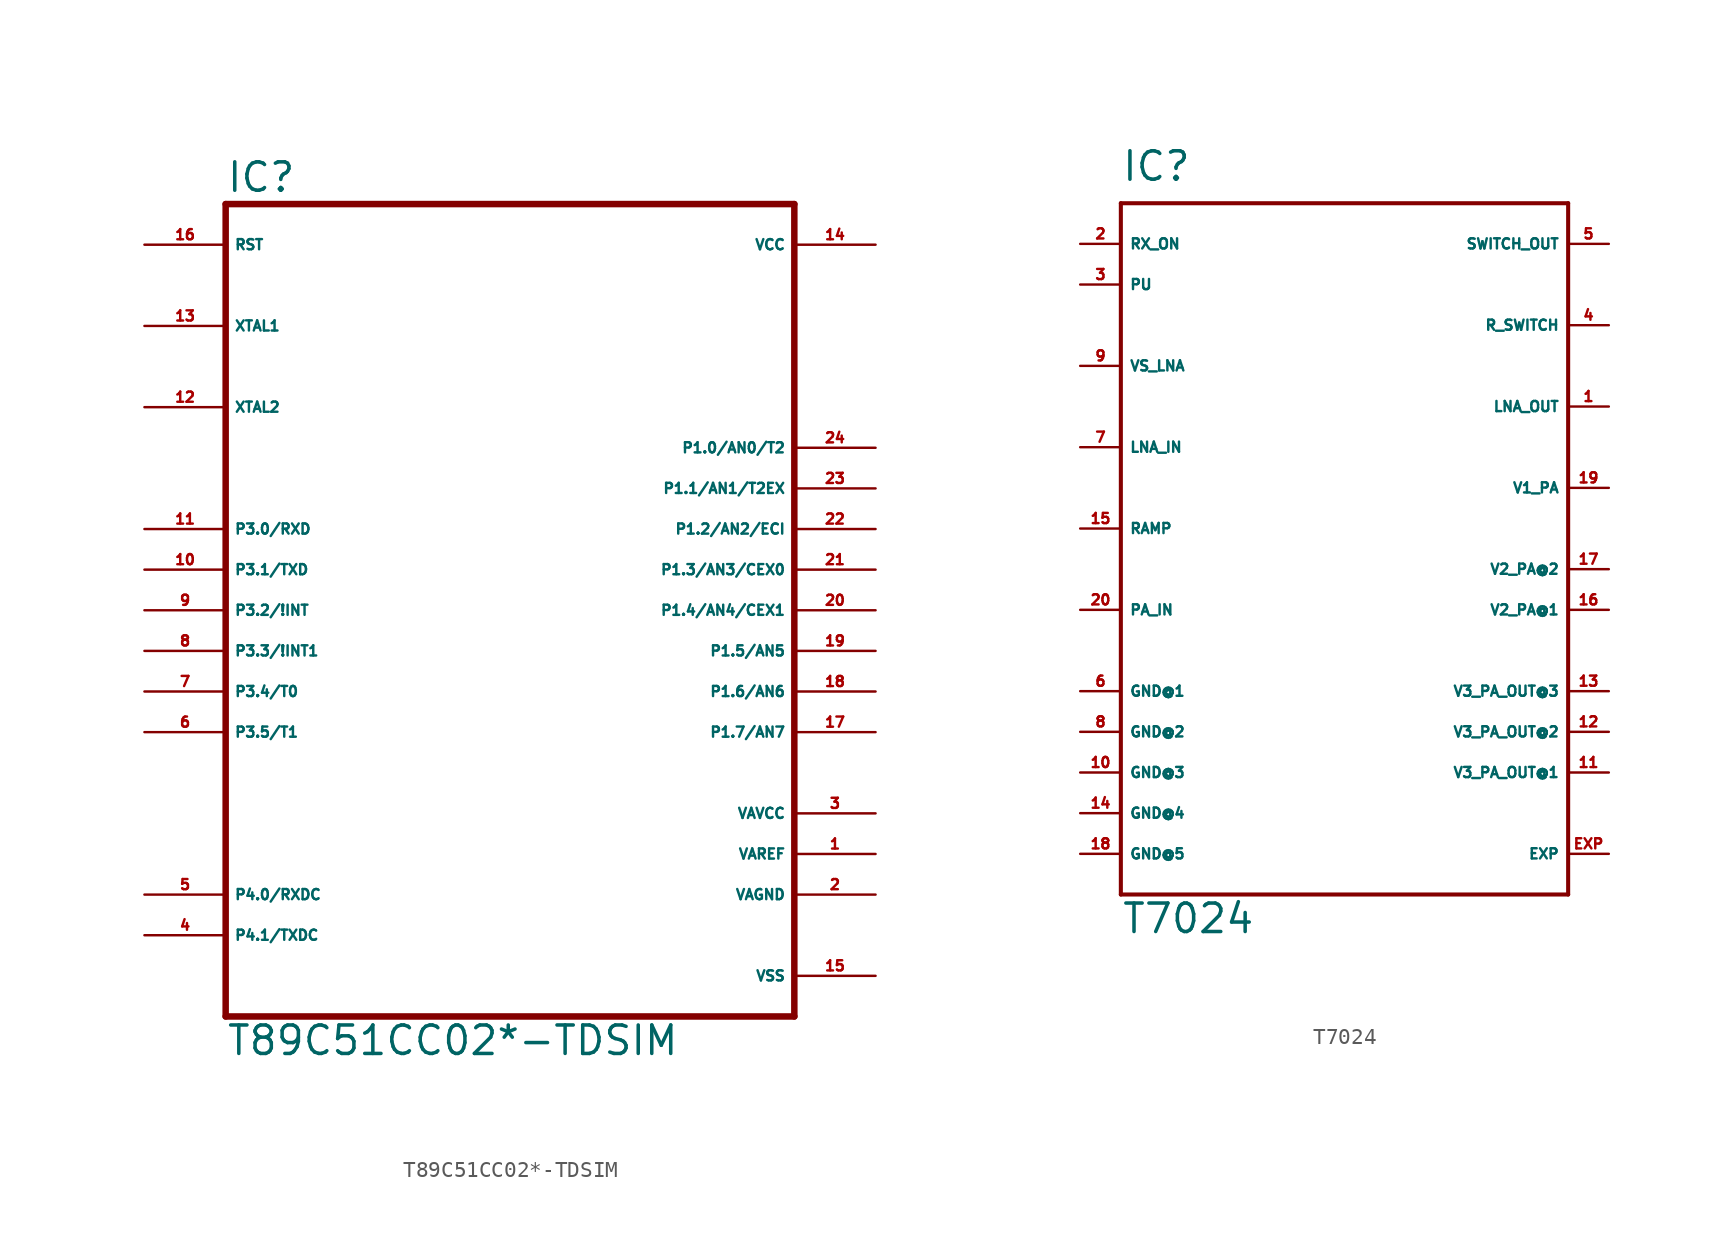
<source format=kicad_sym>
(kicad_symbol_lib
  (version 20220914)
  (generator Eagle2Kicad)
  (symbol "T89C51CC02*-TDSIM"
    (property "Reference" "IC"
      (at -17.78 28.575 0)
      (effects (font (size 1.778 1.778) (thickness 0.22)) (justify left bottom)))
    (property "Value" "T89C51CC02*-TDSIM"
      (at -17.78 -25.4 0)
      (effects (font (size 1.778 1.778) (thickness 0.22)) (justify left bottom)))
    (polyline
      (pts (xy -17.78 -22.86) (xy 17.78 -22.86))
      (stroke (width 0.406) (type default))
      (fill (type none)))
    (polyline
      (pts (xy 17.78 -22.86) (xy 17.78 27.94))
      (stroke (width 0.406) (type default))
      (fill (type none)))
    (polyline
      (pts (xy 17.78 27.94) (xy -17.78 27.94))
      (stroke (width 0.406) (type default))
      (fill (type none)))
    (polyline
      (pts (xy -17.78 27.94) (xy -17.78 -22.86))
      (stroke (width 0.406) (type default))
      (fill (type none)))
    (pin bidirectional line
      (at -22.86 -15.24 0)
      (length 5.08)
      (name "P4.0/RXDC" (effects (font (size 0.635 0.635) (thickness 0.08)) (justify left bottom)))
      (number "5" (effects (font (size 0.635 0.635) (thickness 0.08)) (justify left bottom))))
    (pin bidirectional line
      (at -22.86 -17.78 0)
      (length 5.08)
      (name "P4.1/TXDC" (effects (font (size 0.635 0.635) (thickness 0.08)) (justify left bottom)))
      (number "4" (effects (font (size 0.635 0.635) (thickness 0.08)) (justify left bottom))))
    (pin input line
      (at -22.86 20.32 0)
      (length 5.08)
      (name "XTAL1" (effects (font (size 0.635 0.635) (thickness 0.08)) (justify left bottom)))
      (number "13" (effects (font (size 0.635 0.635) (thickness 0.08)) (justify left bottom))))
    (pin input line
      (at -22.86 15.24 0)
      (length 5.08)
      (name "XTAL2" (effects (font (size 0.635 0.635) (thickness 0.08)) (justify left bottom)))
      (number "12" (effects (font (size 0.635 0.635) (thickness 0.08)) (justify left bottom))))
    (pin input line
      (at -22.86 25.4 0)
      (length 5.08)
      (name "RST" (effects (font (size 0.635 0.635) (thickness 0.08)) (justify left bottom)))
      (number "16" (effects (font (size 0.635 0.635) (thickness 0.08)) (justify left bottom))))
    (pin bidirectional line
      (at 22.86 12.7 180)
      (length 5.08)
      (name "P1.0/AN0/T2" (effects (font (size 0.635 0.635) (thickness 0.08)) (justify left bottom)))
      (number "24" (effects (font (size 0.635 0.635) (thickness 0.08)) (justify left bottom))))
    (pin bidirectional line
      (at 22.86 10.16 180)
      (length 5.08)
      (name "P1.1/AN1/T2EX" (effects (font (size 0.635 0.635) (thickness 0.08)) (justify left bottom)))
      (number "23" (effects (font (size 0.635 0.635) (thickness 0.08)) (justify left bottom))))
    (pin bidirectional line
      (at 22.86 7.62 180)
      (length 5.08)
      (name "P1.2/AN2/ECI" (effects (font (size 0.635 0.635) (thickness 0.08)) (justify left bottom)))
      (number "22" (effects (font (size 0.635 0.635) (thickness 0.08)) (justify left bottom))))
    (pin bidirectional line
      (at 22.86 5.08 180)
      (length 5.08)
      (name "P1.3/AN3/CEX0" (effects (font (size 0.635 0.635) (thickness 0.08)) (justify left bottom)))
      (number "21" (effects (font (size 0.635 0.635) (thickness 0.08)) (justify left bottom))))
    (pin bidirectional line
      (at 22.86 2.54 180)
      (length 5.08)
      (name "P1.4/AN4/CEX1" (effects (font (size 0.635 0.635) (thickness 0.08)) (justify left bottom)))
      (number "20" (effects (font (size 0.635 0.635) (thickness 0.08)) (justify left bottom))))
    (pin bidirectional line
      (at 22.86 0 180)
      (length 5.08)
      (name "P1.5/AN5" (effects (font (size 0.635 0.635) (thickness 0.08)) (justify left bottom)))
      (number "19" (effects (font (size 0.635 0.635) (thickness 0.08)) (justify left bottom))))
    (pin bidirectional line
      (at 22.86 -2.54 180)
      (length 5.08)
      (name "P1.6/AN6" (effects (font (size 0.635 0.635) (thickness 0.08)) (justify left bottom)))
      (number "18" (effects (font (size 0.635 0.635) (thickness 0.08)) (justify left bottom))))
    (pin bidirectional line
      (at 22.86 -5.08 180)
      (length 5.08)
      (name "P1.7/AN7" (effects (font (size 0.635 0.635) (thickness 0.08)) (justify left bottom)))
      (number "17" (effects (font (size 0.635 0.635) (thickness 0.08)) (justify left bottom))))
    (pin bidirectional line
      (at -22.86 7.62 0)
      (length 5.08)
      (name "P3.0/RXD" (effects (font (size 0.635 0.635) (thickness 0.08)) (justify left bottom)))
      (number "11" (effects (font (size 0.635 0.635) (thickness 0.08)) (justify left bottom))))
    (pin bidirectional line
      (at -22.86 5.08 0)
      (length 5.08)
      (name "P3.1/TXD" (effects (font (size 0.635 0.635) (thickness 0.08)) (justify left bottom)))
      (number "10" (effects (font (size 0.635 0.635) (thickness 0.08)) (justify left bottom))))
    (pin bidirectional line
      (at -22.86 2.54 0)
      (length 5.08)
      (name "P3.2/!INT" (effects (font (size 0.635 0.635) (thickness 0.08)) (justify left bottom)))
      (number "9" (effects (font (size 0.635 0.635) (thickness 0.08)) (justify left bottom))))
    (pin bidirectional line
      (at -22.86 0 0)
      (length 5.08)
      (name "P3.3/!INT1" (effects (font (size 0.635 0.635) (thickness 0.08)) (justify left bottom)))
      (number "8" (effects (font (size 0.635 0.635) (thickness 0.08)) (justify left bottom))))
    (pin bidirectional line
      (at -22.86 -2.54 0)
      (length 5.08)
      (name "P3.4/T0" (effects (font (size 0.635 0.635) (thickness 0.08)) (justify left bottom)))
      (number "7" (effects (font (size 0.635 0.635) (thickness 0.08)) (justify left bottom))))
    (pin bidirectional line
      (at -22.86 -5.08 0)
      (length 5.08)
      (name "P3.5/T1" (effects (font (size 0.635 0.635) (thickness 0.08)) (justify left bottom)))
      (number "6" (effects (font (size 0.635 0.635) (thickness 0.08)) (justify left bottom))))
    (pin unspecified line
      (at 22.86 25.4 180)
      (length 5.08)
      (name "VCC" (effects (font (size 0.635 0.635) (thickness 0.08)) (justify left bottom)))
      (number "14" (effects (font (size 0.635 0.635) (thickness 0.08)) (justify left bottom))))
    (pin unspecified line
      (at 22.86 -20.32 180)
      (length 5.08)
      (name "VSS" (effects (font (size 0.635 0.635) (thickness 0.08)) (justify left bottom)))
      (number "15" (effects (font (size 0.635 0.635) (thickness 0.08)) (justify left bottom))))
    (pin input line
      (at 22.86 -12.7 180)
      (length 5.08)
      (name "VAREF" (effects (font (size 0.635 0.635) (thickness 0.08)) (justify left bottom)))
      (number "1" (effects (font (size 0.635 0.635) (thickness 0.08)) (justify left bottom))))
    (pin input line
      (at 22.86 -15.24 180)
      (length 5.08)
      (name "VAGND" (effects (font (size 0.635 0.635) (thickness 0.08)) (justify left bottom)))
      (number "2" (effects (font (size 0.635 0.635) (thickness 0.08)) (justify left bottom))))
    (pin input line
      (at 22.86 -10.16 180)
      (length 5.08)
      (name "VAVCC" (effects (font (size 0.635 0.635) (thickness 0.08)) (justify left bottom)))
      (number "3" (effects (font (size 0.635 0.635) (thickness 0.08)) (justify left bottom)))))
  (symbol "T7024"
    (property "Reference" "IC"
      (at -12.7 21.59 0)
      (effects (font (size 1.778 1.778) (thickness 0.22)) (justify left bottom)))
    (property "Value" "T7024"
      (at -12.7 -25.4 0)
      (effects (font (size 1.778 1.778) (thickness 0.22)) (justify left bottom)))
    (polyline
      (pts (xy -12.7 20.32) (xy 15.24 20.32))
      (stroke (width 0.254) (type default))
      (fill (type none)))
    (polyline
      (pts (xy 15.24 20.32) (xy 15.24 -22.86))
      (stroke (width 0.254) (type default))
      (fill (type none)))
    (polyline
      (pts (xy 15.24 -22.86) (xy -12.7 -22.86))
      (stroke (width 0.254) (type default))
      (fill (type none)))
    (polyline
      (pts (xy -12.7 -22.86) (xy -12.7 20.32))
      (stroke (width 0.254) (type default))
      (fill (type none)))
    (pin input line
      (at -15.24 17.78 0)
      (length 2.54)
      (name "RX_ON" (effects (font (size 0.635 0.635) (thickness 0.08)) (justify left bottom)))
      (number "2" (effects (font (size 0.635 0.635) (thickness 0.08)) (justify left bottom))))
    (pin input line
      (at -15.24 15.24 0)
      (length 2.54)
      (name "PU" (effects (font (size 0.635 0.635) (thickness 0.08)) (justify left bottom)))
      (number "3" (effects (font (size 0.635 0.635) (thickness 0.08)) (justify left bottom))))
    (pin input line
      (at -15.24 10.16 0)
      (length 2.54)
      (name "VS_LNA" (effects (font (size 0.635 0.635) (thickness 0.08)) (justify left bottom)))
      (number "9" (effects (font (size 0.635 0.635) (thickness 0.08)) (justify left bottom))))
    (pin input line
      (at 17.78 7.62 180)
      (length 2.54)
      (name "LNA_OUT" (effects (font (size 0.635 0.635) (thickness 0.08)) (justify left bottom)))
      (number "1" (effects (font (size 0.635 0.635) (thickness 0.08)) (justify left bottom))))
    (pin input line
      (at -15.24 5.08 0)
      (length 2.54)
      (name "LNA_IN" (effects (font (size 0.635 0.635) (thickness 0.08)) (justify left bottom)))
      (number "7" (effects (font (size 0.635 0.635) (thickness 0.08)) (justify left bottom))))
    (pin input line
      (at -15.24 0 0)
      (length 2.54)
      (name "RAMP" (effects (font (size 0.635 0.635) (thickness 0.08)) (justify left bottom)))
      (number "15" (effects (font (size 0.635 0.635) (thickness 0.08)) (justify left bottom))))
    (pin input line
      (at -15.24 -5.08 0)
      (length 2.54)
      (name "PA_IN" (effects (font (size 0.635 0.635) (thickness 0.08)) (justify left bottom)))
      (number "20" (effects (font (size 0.635 0.635) (thickness 0.08)) (justify left bottom))))
    (pin passive line
      (at 17.78 -15.24 180)
      (length 2.54)
      (name "V3_PA_OUT@1" (effects (font (size 0.635 0.635) (thickness 0.08)) (justify left bottom)))
      (number "11" (effects (font (size 0.635 0.635) (thickness 0.08)) (justify left bottom))))
    (pin passive line
      (at 17.78 2.54 180)
      (length 2.54)
      (name "V1_PA" (effects (font (size 0.635 0.635) (thickness 0.08)) (justify left bottom)))
      (number "19" (effects (font (size 0.635 0.635) (thickness 0.08)) (justify left bottom))))
    (pin passive line
      (at 17.78 -5.08 180)
      (length 2.54)
      (name "V2_PA@1" (effects (font (size 0.635 0.635) (thickness 0.08)) (justify left bottom)))
      (number "16" (effects (font (size 0.635 0.635) (thickness 0.08)) (justify left bottom))))
    (pin input line
      (at 17.78 12.7 180)
      (length 2.54)
      (name "R_SWITCH" (effects (font (size 0.635 0.635) (thickness 0.08)) (justify left bottom)))
      (number "4" (effects (font (size 0.635 0.635) (thickness 0.08)) (justify left bottom))))
    (pin output line
      (at 17.78 17.78 180)
      (length 2.54)
      (name "SWITCH_OUT" (effects (font (size 0.635 0.635) (thickness 0.08)) (justify left bottom)))
      (number "5" (effects (font (size 0.635 0.635) (thickness 0.08)) (justify left bottom))))
    (pin unspecified line
      (at -15.24 -10.16 0)
      (length 2.54)
      (name "GND@1" (effects (font (size 0.635 0.635) (thickness 0.08)) (justify left bottom)))
      (number "6" (effects (font (size 0.635 0.635) (thickness 0.08)) (justify left bottom))))
    (pin unspecified line
      (at -15.24 -12.7 0)
      (length 2.54)
      (name "GND@2" (effects (font (size 0.635 0.635) (thickness 0.08)) (justify left bottom)))
      (number "8" (effects (font (size 0.635 0.635) (thickness 0.08)) (justify left bottom))))
    (pin unspecified line
      (at -15.24 -15.24 0)
      (length 2.54)
      (name "GND@3" (effects (font (size 0.635 0.635) (thickness 0.08)) (justify left bottom)))
      (number "10" (effects (font (size 0.635 0.635) (thickness 0.08)) (justify left bottom))))
    (pin unspecified line
      (at -15.24 -17.78 0)
      (length 2.54)
      (name "GND@4" (effects (font (size 0.635 0.635) (thickness 0.08)) (justify left bottom)))
      (number "14" (effects (font (size 0.635 0.635) (thickness 0.08)) (justify left bottom))))
    (pin unspecified line
      (at -15.24 -20.32 0)
      (length 2.54)
      (name "GND@5" (effects (font (size 0.635 0.635) (thickness 0.08)) (justify left bottom)))
      (number "18" (effects (font (size 0.635 0.635) (thickness 0.08)) (justify left bottom))))
    (pin passive line
      (at 17.78 -12.7 180)
      (length 2.54)
      (name "V3_PA_OUT@2" (effects (font (size 0.635 0.635) (thickness 0.08)) (justify left bottom)))
      (number "12" (effects (font (size 0.635 0.635) (thickness 0.08)) (justify left bottom))))
    (pin passive line
      (at 17.78 -10.16 180)
      (length 2.54)
      (name "V3_PA_OUT@3" (effects (font (size 0.635 0.635) (thickness 0.08)) (justify left bottom)))
      (number "13" (effects (font (size 0.635 0.635) (thickness 0.08)) (justify left bottom))))
    (pin passive line
      (at 17.78 -2.54 180)
      (length 2.54)
      (name "V2_PA@2" (effects (font (size 0.635 0.635) (thickness 0.08)) (justify left bottom)))
      (number "17" (effects (font (size 0.635 0.635) (thickness 0.08)) (justify left bottom))))
    (pin passive line
      (at 17.78 -20.32 180)
      (length 2.54)
      (name "EXP" (effects (font (size 0.635 0.635) (thickness 0.08)) (justify left bottom)))
      (number "EXP" (effects (font (size 0.635 0.635) (thickness 0.08)) (justify left bottom))))))
</source>
